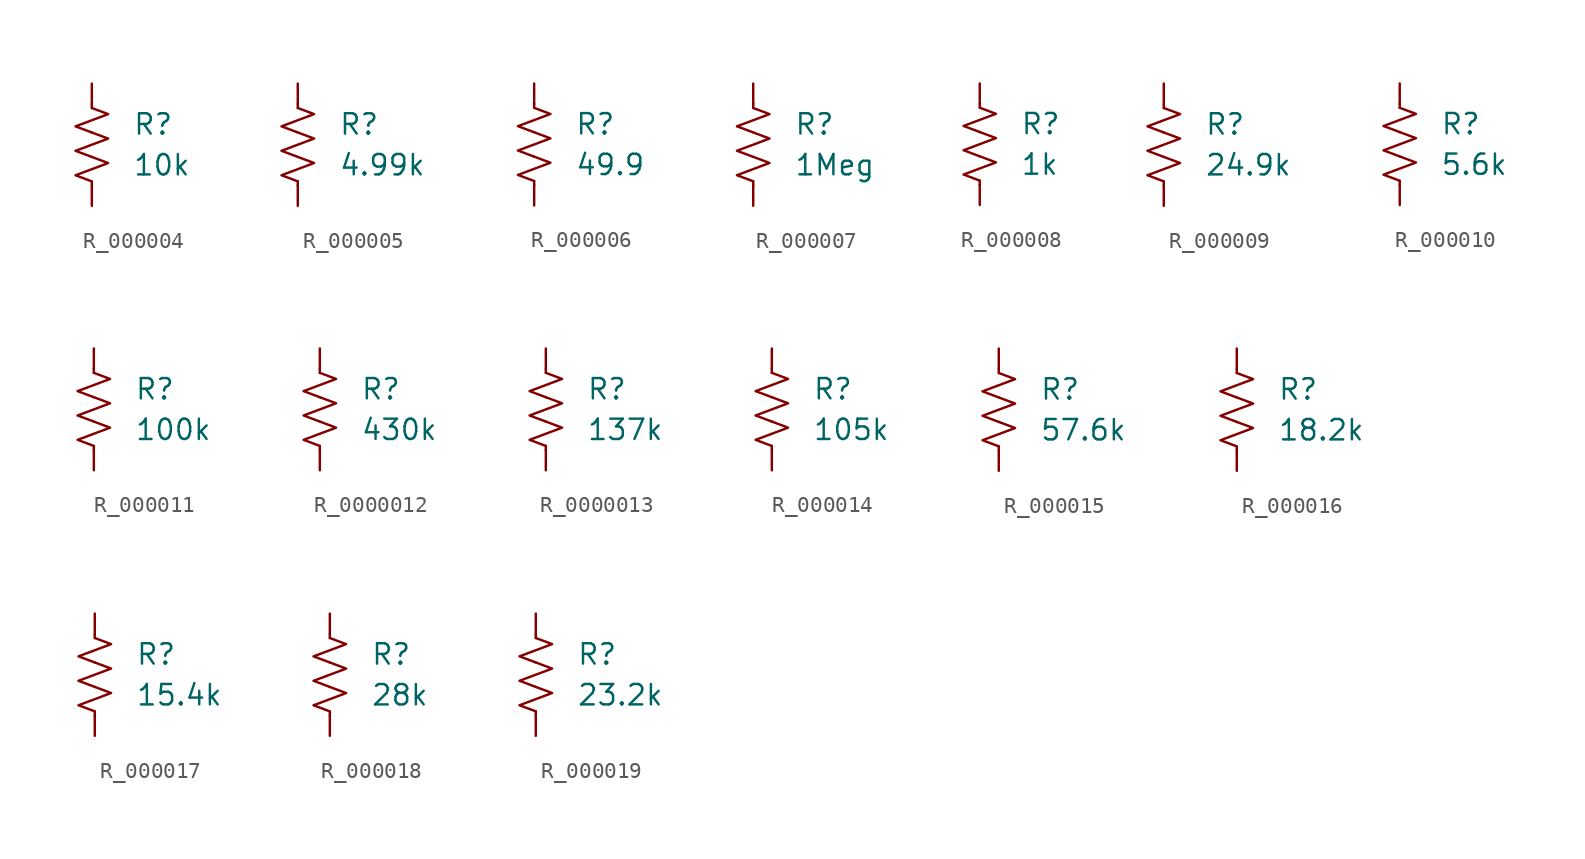
<source format=kicad_sym>
(kicad_symbol_lib
  (version 20231120)
  (generator "kicad_symbol_editor")
  (generator_version "8.0")
  (symbol "R_000004"
    (pin_numbers hide)
    (pin_names
      (offset 0))
    (property "Reference" "R"
      (at 2.54 1.27 0)
      (effects (font (size 1.27 1.27)) (justify left)))
    (property "Value" "10k"
      (at 2.54 -1.27 0)
      (effects (font (size 1.27 1.27)) (justify left)))
    (symbol "R_000004_0_1"
      (polyline (pts (xy 0 -2.286) (xy 0 -2.54)) (stroke (width 0) (type default)) (fill (type none)))
      (polyline (pts (xy 0 2.286) (xy 0 2.54)) (stroke (width 0) (type default)) (fill (type none)))
      (polyline (pts (xy 0 -0.762) (xy 1.016 -1.143) (xy 0 -1.524) (xy -1.016 -1.905) (xy 0 -2.286)) (stroke (width 0) (type default)) (fill (type none)))
      (polyline (pts (xy 0 0.762) (xy 1.016 0.381) (xy 0 0) (xy -1.016 -0.381) (xy 0 -0.762)) (stroke (width 0) (type default)) (fill (type none)))
      (polyline (pts (xy 0 2.286) (xy 1.016 1.905) (xy 0 1.524) (xy -1.016 1.143) (xy 0 0.762)) (stroke (width 0) (type default)) (fill (type none))))
    (symbol "R_000004_1_1"
      (pin passive line (at 0 3.81 270) (length 1.27) (name "~" (effects (font (size 1.27 1.27)))) (number "1" (effects (font (size 1.27 1.27)))))
      (pin passive line (at 0 -3.81 90) (length 1.27) (name "~" (effects (font (size 1.27 1.27)))) (number "2" (effects (font (size 1.27 1.27)))))))
  (symbol "R_000005"
    (pin_numbers hide)
    (pin_names
      (offset 0))
    (property "Reference" "R"
      (at 2.54 1.27 0)
      (effects (font (size 1.27 1.27)) (justify left)))
    (property "Value" "4.99k"
      (at 2.54 -1.27 0)
      (effects (font (size 1.27 1.27)) (justify left)))
    (symbol "R_000005_0_1"
      (polyline (pts (xy 0 -2.286) (xy 0 -2.54)) (stroke (width 0) (type default)) (fill (type none)))
      (polyline (pts (xy 0 2.286) (xy 0 2.54)) (stroke (width 0) (type default)) (fill (type none)))
      (polyline (pts (xy 0 -0.762) (xy 1.016 -1.143) (xy 0 -1.524) (xy -1.016 -1.905) (xy 0 -2.286)) (stroke (width 0) (type default)) (fill (type none)))
      (polyline (pts (xy 0 0.762) (xy 1.016 0.381) (xy 0 0) (xy -1.016 -0.381) (xy 0 -0.762)) (stroke (width 0) (type default)) (fill (type none)))
      (polyline (pts (xy 0 2.286) (xy 1.016 1.905) (xy 0 1.524) (xy -1.016 1.143) (xy 0 0.762)) (stroke (width 0) (type default)) (fill (type none))))
    (symbol "R_000005_1_1"
      (pin passive line (at 0 3.81 270) (length 1.27) (name "~" (effects (font (size 1.27 1.27)))) (number "1" (effects (font (size 1.27 1.27)))))
      (pin passive line (at 0 -3.81 90) (length 1.27) (name "~" (effects (font (size 1.27 1.27)))) (number "2" (effects (font (size 1.27 1.27)))))))
  (symbol "R_000006"
    (pin_numbers hide)
    (pin_names
      (offset 0))
    (property "Reference" "R"
      (at 2.54 1.27 0)
      (effects (font (size 1.27 1.27)) (justify left)))
    (property "Value" "49.9"
      (at 2.54 -1.27 0)
      (effects (font (size 1.27 1.27)) (justify left)))
    (symbol "R_000006_0_1"
      (polyline (pts (xy 0 -2.286) (xy 0 -2.54)) (stroke (width 0) (type default)) (fill (type none)))
      (polyline (pts (xy 0 2.286) (xy 0 2.54)) (stroke (width 0) (type default)) (fill (type none)))
      (polyline (pts (xy 0 -0.762) (xy 1.016 -1.143) (xy 0 -1.524) (xy -1.016 -1.905) (xy 0 -2.286)) (stroke (width 0) (type default)) (fill (type none)))
      (polyline (pts (xy 0 0.762) (xy 1.016 0.381) (xy 0 0) (xy -1.016 -0.381) (xy 0 -0.762)) (stroke (width 0) (type default)) (fill (type none)))
      (polyline (pts (xy 0 2.286) (xy 1.016 1.905) (xy 0 1.524) (xy -1.016 1.143) (xy 0 0.762)) (stroke (width 0) (type default)) (fill (type none))))
    (symbol "R_000006_1_1"
      (pin passive line (at 0 3.81 270) (length 1.27) (name "~" (effects (font (size 1.27 1.27)))) (number "1" (effects (font (size 1.27 1.27)))))
      (pin passive line (at 0 -3.81 90) (length 1.27) (name "~" (effects (font (size 1.27 1.27)))) (number "2" (effects (font (size 1.27 1.27)))))))
  (symbol "R_000007"
    (pin_numbers hide)
    (pin_names
      (offset 0))
    (property "Reference" "R"
      (at 2.54 1.27 0)
      (effects (font (size 1.27 1.27)) (justify left)))
    (property "Value" "1Meg"
      (at 2.54 -1.27 0)
      (effects (font (size 1.27 1.27)) (justify left)))
    (symbol "R_000007_0_1"
      (polyline (pts (xy 0 -2.286) (xy 0 -2.54)) (stroke (width 0) (type default)) (fill (type none)))
      (polyline (pts (xy 0 2.286) (xy 0 2.54)) (stroke (width 0) (type default)) (fill (type none)))
      (polyline (pts (xy 0 -0.762) (xy 1.016 -1.143) (xy 0 -1.524) (xy -1.016 -1.905) (xy 0 -2.286)) (stroke (width 0) (type default)) (fill (type none)))
      (polyline (pts (xy 0 0.762) (xy 1.016 0.381) (xy 0 0) (xy -1.016 -0.381) (xy 0 -0.762)) (stroke (width 0) (type default)) (fill (type none)))
      (polyline (pts (xy 0 2.286) (xy 1.016 1.905) (xy 0 1.524) (xy -1.016 1.143) (xy 0 0.762)) (stroke (width 0) (type default)) (fill (type none))))
    (symbol "R_000007_1_1"
      (pin passive line (at 0 3.81 270) (length 1.27) (name "~" (effects (font (size 1.27 1.27)))) (number "1" (effects (font (size 1.27 1.27)))))
      (pin passive line (at 0 -3.81 90) (length 1.27) (name "~" (effects (font (size 1.27 1.27)))) (number "2" (effects (font (size 1.27 1.27)))))))
  (symbol "R_000008"
    (pin_numbers hide)
    (pin_names
      (offset 0))
    (property "Reference" "R"
      (at 2.54 1.27 0)
      (effects (font (size 1.27 1.27)) (justify left)))
    (property "Value" "1k"
      (at 2.54 -1.27 0)
      (effects (font (size 1.27 1.27)) (justify left)))
    (symbol "R_000008_0_1"
      (polyline (pts (xy 0 -2.286) (xy 0 -2.54)) (stroke (width 0) (type default)) (fill (type none)))
      (polyline (pts (xy 0 2.286) (xy 0 2.54)) (stroke (width 0) (type default)) (fill (type none)))
      (polyline (pts (xy 0 -0.762) (xy 1.016 -1.143) (xy 0 -1.524) (xy -1.016 -1.905) (xy 0 -2.286)) (stroke (width 0) (type default)) (fill (type none)))
      (polyline (pts (xy 0 0.762) (xy 1.016 0.381) (xy 0 0) (xy -1.016 -0.381) (xy 0 -0.762)) (stroke (width 0) (type default)) (fill (type none)))
      (polyline (pts (xy 0 2.286) (xy 1.016 1.905) (xy 0 1.524) (xy -1.016 1.143) (xy 0 0.762)) (stroke (width 0) (type default)) (fill (type none))))
    (symbol "R_000008_1_1"
      (pin passive line (at 0 3.81 270) (length 1.27) (name "~" (effects (font (size 1.27 1.27)))) (number "1" (effects (font (size 1.27 1.27)))))
      (pin passive line (at 0 -3.81 90) (length 1.27) (name "~" (effects (font (size 1.27 1.27)))) (number "2" (effects (font (size 1.27 1.27)))))))
  (symbol "R_000009"
    (pin_numbers hide)
    (pin_names
      (offset 0))
    (property "Reference" "R"
      (at 2.54 1.27 0)
      (effects (font (size 1.27 1.27)) (justify left)))
    (property "Value" "24.9k"
      (at 2.54 -1.27 0)
      (effects (font (size 1.27 1.27)) (justify left)))
    (symbol "R_000009_0_1"
      (polyline (pts (xy 0 -2.286) (xy 0 -2.54)) (stroke (width 0) (type default)) (fill (type none)))
      (polyline (pts (xy 0 2.286) (xy 0 2.54)) (stroke (width 0) (type default)) (fill (type none)))
      (polyline (pts (xy 0 -0.762) (xy 1.016 -1.143) (xy 0 -1.524) (xy -1.016 -1.905) (xy 0 -2.286)) (stroke (width 0) (type default)) (fill (type none)))
      (polyline (pts (xy 0 0.762) (xy 1.016 0.381) (xy 0 0) (xy -1.016 -0.381) (xy 0 -0.762)) (stroke (width 0) (type default)) (fill (type none)))
      (polyline (pts (xy 0 2.286) (xy 1.016 1.905) (xy 0 1.524) (xy -1.016 1.143) (xy 0 0.762)) (stroke (width 0) (type default)) (fill (type none))))
    (symbol "R_000009_1_1"
      (pin passive line (at 0 3.81 270) (length 1.27) (name "~" (effects (font (size 1.27 1.27)))) (number "1" (effects (font (size 1.27 1.27)))))
      (pin passive line (at 0 -3.81 90) (length 1.27) (name "~" (effects (font (size 1.27 1.27)))) (number "2" (effects (font (size 1.27 1.27)))))))
  (symbol "R_000010"
    (pin_numbers hide)
    (pin_names
      (offset 0))
    (property "Reference" "R"
      (at 2.54 1.27 0)
      (effects (font (size 1.27 1.27)) (justify left)))
    (property "Value" "5.6k"
      (at 2.54 -1.27 0)
      (effects (font (size 1.27 1.27)) (justify left)))
    (symbol "R_000010_0_1"
      (polyline (pts (xy 0 -2.286) (xy 0 -2.54)) (stroke (width 0) (type default)) (fill (type none)))
      (polyline (pts (xy 0 2.286) (xy 0 2.54)) (stroke (width 0) (type default)) (fill (type none)))
      (polyline (pts (xy 0 -0.762) (xy 1.016 -1.143) (xy 0 -1.524) (xy -1.016 -1.905) (xy 0 -2.286)) (stroke (width 0) (type default)) (fill (type none)))
      (polyline (pts (xy 0 0.762) (xy 1.016 0.381) (xy 0 0) (xy -1.016 -0.381) (xy 0 -0.762)) (stroke (width 0) (type default)) (fill (type none)))
      (polyline (pts (xy 0 2.286) (xy 1.016 1.905) (xy 0 1.524) (xy -1.016 1.143) (xy 0 0.762)) (stroke (width 0) (type default)) (fill (type none))))
    (symbol "R_000010_1_1"
      (pin passive line (at 0 3.81 270) (length 1.27) (name "~" (effects (font (size 1.27 1.27)))) (number "1" (effects (font (size 1.27 1.27)))))
      (pin passive line (at 0 -3.81 90) (length 1.27) (name "~" (effects (font (size 1.27 1.27)))) (number "2" (effects (font (size 1.27 1.27)))))))
  (symbol "R_000011"
    (pin_numbers hide)
    (pin_names
      (offset 0))
    (property "Reference" "R"
      (at 2.54 1.27 0)
      (effects (font (size 1.27 1.27)) (justify left)))
    (property "Value" "100k"
      (at 2.54 -1.27 0)
      (effects (font (size 1.27 1.27)) (justify left)))
    (symbol "R_000011_0_1"
      (polyline (pts (xy 0 -2.286) (xy 0 -2.54)) (stroke (width 0) (type default)) (fill (type none)))
      (polyline (pts (xy 0 2.286) (xy 0 2.54)) (stroke (width 0) (type default)) (fill (type none)))
      (polyline (pts (xy 0 -0.762) (xy 1.016 -1.143) (xy 0 -1.524) (xy -1.016 -1.905) (xy 0 -2.286)) (stroke (width 0) (type default)) (fill (type none)))
      (polyline (pts (xy 0 0.762) (xy 1.016 0.381) (xy 0 0) (xy -1.016 -0.381) (xy 0 -0.762)) (stroke (width 0) (type default)) (fill (type none)))
      (polyline (pts (xy 0 2.286) (xy 1.016 1.905) (xy 0 1.524) (xy -1.016 1.143) (xy 0 0.762)) (stroke (width 0) (type default)) (fill (type none))))
    (symbol "R_000011_1_1"
      (pin passive line (at 0 3.81 270) (length 1.27) (name "~" (effects (font (size 1.27 1.27)))) (number "1" (effects (font (size 1.27 1.27)))))
      (pin passive line (at 0 -3.81 90) (length 1.27) (name "~" (effects (font (size 1.27 1.27)))) (number "2" (effects (font (size 1.27 1.27)))))))
  (symbol "R_0000012"
    (pin_numbers hide)
    (pin_names
      (offset 0))
    (property "Reference" "R"
      (at 2.54 1.27 0)
      (effects (font (size 1.27 1.27)) (justify left)))
    (property "Value" "430k"
      (at 2.54 -1.27 0)
      (effects (font (size 1.27 1.27)) (justify left)))
    (symbol "R_0000012_0_1"
      (polyline (pts (xy 0 -2.286) (xy 0 -2.54)) (stroke (width 0) (type default)) (fill (type none)))
      (polyline (pts (xy 0 2.286) (xy 0 2.54)) (stroke (width 0) (type default)) (fill (type none)))
      (polyline (pts (xy 0 -0.762) (xy 1.016 -1.143) (xy 0 -1.524) (xy -1.016 -1.905) (xy 0 -2.286)) (stroke (width 0) (type default)) (fill (type none)))
      (polyline (pts (xy 0 0.762) (xy 1.016 0.381) (xy 0 0) (xy -1.016 -0.381) (xy 0 -0.762)) (stroke (width 0) (type default)) (fill (type none)))
      (polyline (pts (xy 0 2.286) (xy 1.016 1.905) (xy 0 1.524) (xy -1.016 1.143) (xy 0 0.762)) (stroke (width 0) (type default)) (fill (type none))))
    (symbol "R_0000012_1_1"
      (pin passive line (at 0 3.81 270) (length 1.27) (name "~" (effects (font (size 1.27 1.27)))) (number "1" (effects (font (size 1.27 1.27)))))
      (pin passive line (at 0 -3.81 90) (length 1.27) (name "~" (effects (font (size 1.27 1.27)))) (number "2" (effects (font (size 1.27 1.27)))))))
  (symbol "R_0000013"
    (pin_numbers hide)
    (pin_names
      (offset 0))
    (property "Reference" "R"
      (at 2.54 1.27 0)
      (effects (font (size 1.27 1.27)) (justify left)))
    (property "Value" "137k"
      (at 2.54 -1.27 0)
      (effects (font (size 1.27 1.27)) (justify left)))
    (symbol "R_0000013_0_1"
      (polyline (pts (xy 0 -2.286) (xy 0 -2.54)) (stroke (width 0) (type default)) (fill (type none)))
      (polyline (pts (xy 0 2.286) (xy 0 2.54)) (stroke (width 0) (type default)) (fill (type none)))
      (polyline (pts (xy 0 -0.762) (xy 1.016 -1.143) (xy 0 -1.524) (xy -1.016 -1.905) (xy 0 -2.286)) (stroke (width 0) (type default)) (fill (type none)))
      (polyline (pts (xy 0 0.762) (xy 1.016 0.381) (xy 0 0) (xy -1.016 -0.381) (xy 0 -0.762)) (stroke (width 0) (type default)) (fill (type none)))
      (polyline (pts (xy 0 2.286) (xy 1.016 1.905) (xy 0 1.524) (xy -1.016 1.143) (xy 0 0.762)) (stroke (width 0) (type default)) (fill (type none))))
    (symbol "R_0000013_1_1"
      (pin passive line (at 0 3.81 270) (length 1.27) (name "~" (effects (font (size 1.27 1.27)))) (number "1" (effects (font (size 1.27 1.27)))))
      (pin passive line (at 0 -3.81 90) (length 1.27) (name "~" (effects (font (size 1.27 1.27)))) (number "2" (effects (font (size 1.27 1.27)))))))
  (symbol "R_000014"
    (pin_numbers hide)
    (pin_names
      (offset 0))
    (property "Reference" "R"
      (at 2.54 1.27 0)
      (effects (font (size 1.27 1.27)) (justify left)))
    (property "Value" "105k"
      (at 2.54 -1.27 0)
      (effects (font (size 1.27 1.27)) (justify left)))
    (symbol "R_000014_0_1"
      (polyline (pts (xy 0 -2.286) (xy 0 -2.54)) (stroke (width 0) (type default)) (fill (type none)))
      (polyline (pts (xy 0 2.286) (xy 0 2.54)) (stroke (width 0) (type default)) (fill (type none)))
      (polyline (pts (xy 0 -0.762) (xy 1.016 -1.143) (xy 0 -1.524) (xy -1.016 -1.905) (xy 0 -2.286)) (stroke (width 0) (type default)) (fill (type none)))
      (polyline (pts (xy 0 0.762) (xy 1.016 0.381) (xy 0 0) (xy -1.016 -0.381) (xy 0 -0.762)) (stroke (width 0) (type default)) (fill (type none)))
      (polyline (pts (xy 0 2.286) (xy 1.016 1.905) (xy 0 1.524) (xy -1.016 1.143) (xy 0 0.762)) (stroke (width 0) (type default)) (fill (type none))))
    (symbol "R_000014_1_1"
      (pin passive line (at 0 3.81 270) (length 1.27) (name "~" (effects (font (size 1.27 1.27)))) (number "1" (effects (font (size 1.27 1.27)))))
      (pin passive line (at 0 -3.81 90) (length 1.27) (name "~" (effects (font (size 1.27 1.27)))) (number "2" (effects (font (size 1.27 1.27)))))))
  (symbol "R_000015"
    (pin_numbers hide)
    (pin_names
      (offset 0))
    (property "Reference" "R"
      (at 2.54 1.27 0)
      (effects (font (size 1.27 1.27)) (justify left)))
    (property "Value" "57.6k"
      (at 2.54 -1.27 0)
      (effects (font (size 1.27 1.27)) (justify left)))
    (symbol "R_000015_0_1"
      (polyline (pts (xy 0 -2.286) (xy 0 -2.54)) (stroke (width 0) (type default)) (fill (type none)))
      (polyline (pts (xy 0 2.286) (xy 0 2.54)) (stroke (width 0) (type default)) (fill (type none)))
      (polyline (pts (xy 0 -0.762) (xy 1.016 -1.143) (xy 0 -1.524) (xy -1.016 -1.905) (xy 0 -2.286)) (stroke (width 0) (type default)) (fill (type none)))
      (polyline (pts (xy 0 0.762) (xy 1.016 0.381) (xy 0 0) (xy -1.016 -0.381) (xy 0 -0.762)) (stroke (width 0) (type default)) (fill (type none)))
      (polyline (pts (xy 0 2.286) (xy 1.016 1.905) (xy 0 1.524) (xy -1.016 1.143) (xy 0 0.762)) (stroke (width 0) (type default)) (fill (type none))))
    (symbol "R_000015_1_1"
      (pin passive line (at 0 3.81 270) (length 1.27) (name "~" (effects (font (size 1.27 1.27)))) (number "1" (effects (font (size 1.27 1.27)))))
      (pin passive line (at 0 -3.81 90) (length 1.27) (name "~" (effects (font (size 1.27 1.27)))) (number "2" (effects (font (size 1.27 1.27)))))))
  (symbol "R_000016"
    (pin_numbers hide)
    (pin_names
      (offset 0))
    (property "Reference" "R"
      (at 2.54 1.27 0)
      (effects (font (size 1.27 1.27)) (justify left)))
    (property "Value" "18.2k"
      (at 2.54 -1.27 0)
      (effects (font (size 1.27 1.27)) (justify left)))
    (symbol "R_000016_0_1"
      (polyline (pts (xy 0 -2.286) (xy 0 -2.54)) (stroke (width 0) (type default)) (fill (type none)))
      (polyline (pts (xy 0 2.286) (xy 0 2.54)) (stroke (width 0) (type default)) (fill (type none)))
      (polyline (pts (xy 0 -0.762) (xy 1.016 -1.143) (xy 0 -1.524) (xy -1.016 -1.905) (xy 0 -2.286)) (stroke (width 0) (type default)) (fill (type none)))
      (polyline (pts (xy 0 0.762) (xy 1.016 0.381) (xy 0 0) (xy -1.016 -0.381) (xy 0 -0.762)) (stroke (width 0) (type default)) (fill (type none)))
      (polyline (pts (xy 0 2.286) (xy 1.016 1.905) (xy 0 1.524) (xy -1.016 1.143) (xy 0 0.762)) (stroke (width 0) (type default)) (fill (type none))))
    (symbol "R_000016_1_1"
      (pin passive line (at 0 3.81 270) (length 1.27) (name "~" (effects (font (size 1.27 1.27)))) (number "1" (effects (font (size 1.27 1.27)))))
      (pin passive line (at 0 -3.81 90) (length 1.27) (name "~" (effects (font (size 1.27 1.27)))) (number "2" (effects (font (size 1.27 1.27)))))))
  (symbol "R_000017"
    (pin_numbers hide)
    (pin_names
      (offset 0))
    (property "Reference" "R"
      (at 2.54 1.27 0)
      (effects (font (size 1.27 1.27)) (justify left)))
    (property "Value" "15.4k"
      (at 2.54 -1.27 0)
      (effects (font (size 1.27 1.27)) (justify left)))
    (symbol "R_000017_0_1"
      (polyline (pts (xy 0 -2.286) (xy 0 -2.54)) (stroke (width 0) (type default)) (fill (type none)))
      (polyline (pts (xy 0 2.286) (xy 0 2.54)) (stroke (width 0) (type default)) (fill (type none)))
      (polyline (pts (xy 0 -0.762) (xy 1.016 -1.143) (xy 0 -1.524) (xy -1.016 -1.905) (xy 0 -2.286)) (stroke (width 0) (type default)) (fill (type none)))
      (polyline (pts (xy 0 0.762) (xy 1.016 0.381) (xy 0 0) (xy -1.016 -0.381) (xy 0 -0.762)) (stroke (width 0) (type default)) (fill (type none)))
      (polyline (pts (xy 0 2.286) (xy 1.016 1.905) (xy 0 1.524) (xy -1.016 1.143) (xy 0 0.762)) (stroke (width 0) (type default)) (fill (type none))))
    (symbol "R_000017_1_1"
      (pin passive line (at 0 3.81 270) (length 1.27) (name "~" (effects (font (size 1.27 1.27)))) (number "1" (effects (font (size 1.27 1.27)))))
      (pin passive line (at 0 -3.81 90) (length 1.27) (name "~" (effects (font (size 1.27 1.27)))) (number "2" (effects (font (size 1.27 1.27)))))))
  (symbol "R_000018"
    (pin_numbers hide)
    (pin_names
      (offset 0))
    (property "Reference" "R"
      (at 2.54 1.27 0)
      (effects (font (size 1.27 1.27)) (justify left)))
    (property "Value" "28k"
      (at 2.54 -1.27 0)
      (effects (font (size 1.27 1.27)) (justify left)))
    (symbol "R_000018_0_1"
      (polyline (pts (xy 0 -2.286) (xy 0 -2.54)) (stroke (width 0) (type default)) (fill (type none)))
      (polyline (pts (xy 0 2.286) (xy 0 2.54)) (stroke (width 0) (type default)) (fill (type none)))
      (polyline (pts (xy 0 -0.762) (xy 1.016 -1.143) (xy 0 -1.524) (xy -1.016 -1.905) (xy 0 -2.286)) (stroke (width 0) (type default)) (fill (type none)))
      (polyline (pts (xy 0 0.762) (xy 1.016 0.381) (xy 0 0) (xy -1.016 -0.381) (xy 0 -0.762)) (stroke (width 0) (type default)) (fill (type none)))
      (polyline (pts (xy 0 2.286) (xy 1.016 1.905) (xy 0 1.524) (xy -1.016 1.143) (xy 0 0.762)) (stroke (width 0) (type default)) (fill (type none))))
    (symbol "R_000018_1_1"
      (pin passive line (at 0 3.81 270) (length 1.27) (name "~" (effects (font (size 1.27 1.27)))) (number "1" (effects (font (size 1.27 1.27)))))
      (pin passive line (at 0 -3.81 90) (length 1.27) (name "~" (effects (font (size 1.27 1.27)))) (number "2" (effects (font (size 1.27 1.27)))))))
  (symbol "R_000019"
    (pin_numbers hide)
    (pin_names
      (offset 0))
    (property "Reference" "R"
      (at 2.54 1.27 0)
      (effects (font (size 1.27 1.27)) (justify left)))
    (property "Value" "23.2k"
      (at 2.54 -1.27 0)
      (effects (font (size 1.27 1.27)) (justify left)))
    (symbol "R_000019_0_1"
      (polyline (pts (xy 0 -2.286) (xy 0 -2.54)) (stroke (width 0) (type default)) (fill (type none)))
      (polyline (pts (xy 0 2.286) (xy 0 2.54)) (stroke (width 0) (type default)) (fill (type none)))
      (polyline (pts (xy 0 -0.762) (xy 1.016 -1.143) (xy 0 -1.524) (xy -1.016 -1.905) (xy 0 -2.286)) (stroke (width 0) (type default)) (fill (type none)))
      (polyline (pts (xy 0 0.762) (xy 1.016 0.381) (xy 0 0) (xy -1.016 -0.381) (xy 0 -0.762)) (stroke (width 0) (type default)) (fill (type none)))
      (polyline (pts (xy 0 2.286) (xy 1.016 1.905) (xy 0 1.524) (xy -1.016 1.143) (xy 0 0.762)) (stroke (width 0) (type default)) (fill (type none))))
    (symbol "R_000019_1_1"
      (pin passive line (at 0 3.81 270) (length 1.27) (name "~" (effects (font (size 1.27 1.27)))) (number "1" (effects (font (size 1.27 1.27)))))
      (pin passive line (at 0 -3.81 90) (length 1.27) (name "~" (effects (font (size 1.27 1.27)))) (number "2" (effects (font (size 1.27 1.27))))))))
</source>
